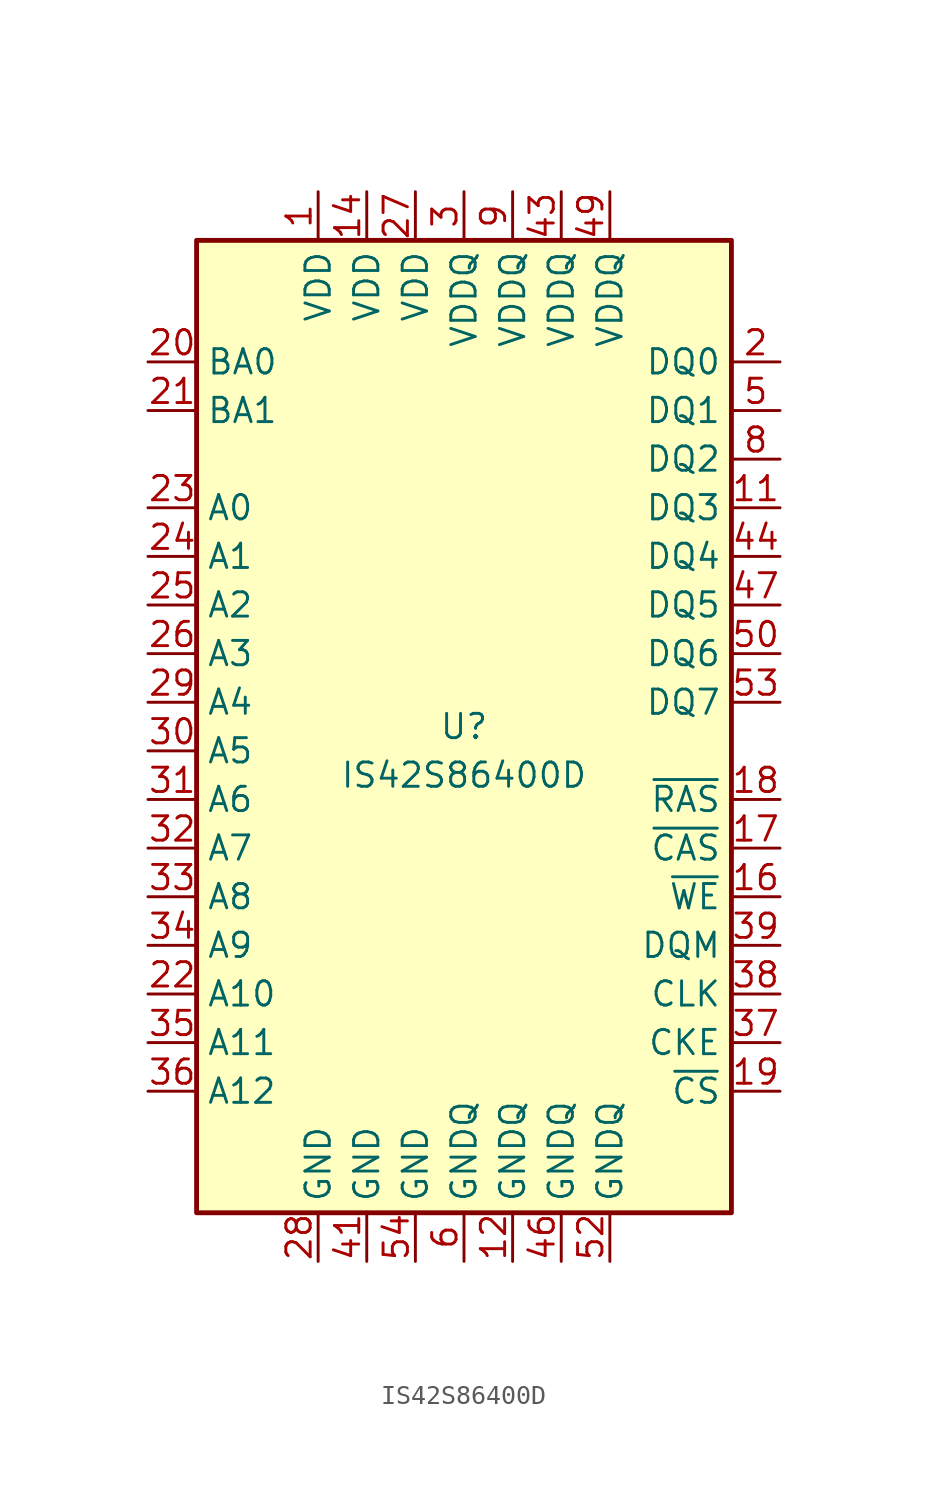
<source format=kicad_sym>
(kicad_symbol_lib
  (version 20211014)
  (generator kicad_symbol_editor)
  (symbol "IS42S86400D"
    (property "Reference" "U"
      (at 0 1.27 0)
      (effects (font (size 1.27 1.27))))
    (property "Value" "IS42S86400D"
      (at 0 -1.27 0)
      (effects (font (size 1.27 1.27))))
    (symbol "IS42S86400D_1_1"
      (rectangle (start -13.97 26.67) (end 13.97 -24.13) (stroke (width 0.254) (type default) (color 0 0 0 0)) (fill (type background)))
      (pin power_in line (at -7.62 29.21 270) (length 2.54) (name "VDD" (effects (font (size 1.27 1.27)))) (number "1" (effects (font (size 1.27 1.27)))))
      (pin bidirectional line (at 16.51 12.7 180) (length 2.54) (name "DQ3" (effects (font (size 1.27 1.27)))) (number "11" (effects (font (size 1.27 1.27)))))
      (pin power_in line (at 2.54 -26.67 90) (length 2.54) (name "GNDQ" (effects (font (size 1.27 1.27)))) (number "12" (effects (font (size 1.27 1.27)))))
      (pin power_in line (at -5.08 29.21 270) (length 2.54) (name "VDD" (effects (font (size 1.27 1.27)))) (number "14" (effects (font (size 1.27 1.27)))))
      (pin input line (at 16.51 -7.62 180) (length 2.54) (name "~{WE}" (effects (font (size 1.27 1.27)))) (number "16" (effects (font (size 1.27 1.27)))))
      (pin input line (at 16.51 -5.08 180) (length 2.54) (name "~{CAS}" (effects (font (size 1.27 1.27)))) (number "17" (effects (font (size 1.27 1.27)))))
      (pin input line (at 16.51 -2.54 180) (length 2.54) (name "~{RAS}" (effects (font (size 1.27 1.27)))) (number "18" (effects (font (size 1.27 1.27)))))
      (pin input line (at 16.51 -17.78 180) (length 2.54) (name "~{CS}" (effects (font (size 1.27 1.27)))) (number "19" (effects (font (size 1.27 1.27)))))
      (pin bidirectional line (at 16.51 20.32 180) (length 2.54) (name "DQ0" (effects (font (size 1.27 1.27)))) (number "2" (effects (font (size 1.27 1.27)))))
      (pin input line (at -16.51 20.32 0) (length 2.54) (name "BA0" (effects (font (size 1.27 1.27)))) (number "20" (effects (font (size 1.27 1.27)))))
      (pin input line (at -16.51 17.78 0) (length 2.54) (name "BA1" (effects (font (size 1.27 1.27)))) (number "21" (effects (font (size 1.27 1.27)))))
      (pin input line (at -16.51 -12.7 0) (length 2.54) (name "A10" (effects (font (size 1.27 1.27)))) (number "22" (effects (font (size 1.27 1.27)))))
      (pin input line (at -16.51 12.7 0) (length 2.54) (name "A0" (effects (font (size 1.27 1.27)))) (number "23" (effects (font (size 1.27 1.27)))))
      (pin input line (at -16.51 10.16 0) (length 2.54) (name "A1" (effects (font (size 1.27 1.27)))) (number "24" (effects (font (size 1.27 1.27)))))
      (pin input line (at -16.51 7.62 0) (length 2.54) (name "A2" (effects (font (size 1.27 1.27)))) (number "25" (effects (font (size 1.27 1.27)))))
      (pin input line (at -16.51 5.08 0) (length 2.54) (name "A3" (effects (font (size 1.27 1.27)))) (number "26" (effects (font (size 1.27 1.27)))))
      (pin power_in line (at -2.54 29.21 270) (length 2.54) (name "VDD" (effects (font (size 1.27 1.27)))) (number "27" (effects (font (size 1.27 1.27)))))
      (pin power_in line (at -7.62 -26.67 90) (length 2.54) (name "GND" (effects (font (size 1.27 1.27)))) (number "28" (effects (font (size 1.27 1.27)))))
      (pin input line (at -16.51 2.54 0) (length 2.54) (name "A4" (effects (font (size 1.27 1.27)))) (number "29" (effects (font (size 1.27 1.27)))))
      (pin power_in line (at 0 29.21 270) (length 2.54) (name "VDDQ" (effects (font (size 1.27 1.27)))) (number "3" (effects (font (size 1.27 1.27)))))
      (pin input line (at -16.51 0 0) (length 2.54) (name "A5" (effects (font (size 1.27 1.27)))) (number "30" (effects (font (size 1.27 1.27)))))
      (pin input line (at -16.51 -2.54 0) (length 2.54) (name "A6" (effects (font (size 1.27 1.27)))) (number "31" (effects (font (size 1.27 1.27)))))
      (pin input line (at -16.51 -5.08 0) (length 2.54) (name "A7" (effects (font (size 1.27 1.27)))) (number "32" (effects (font (size 1.27 1.27)))))
      (pin input line (at -16.51 -7.62 0) (length 2.54) (name "A8" (effects (font (size 1.27 1.27)))) (number "33" (effects (font (size 1.27 1.27)))))
      (pin input line (at -16.51 -10.16 0) (length 2.54) (name "A9" (effects (font (size 1.27 1.27)))) (number "34" (effects (font (size 1.27 1.27)))))
      (pin input line (at -16.51 -15.24 0) (length 2.54) (name "A11" (effects (font (size 1.27 1.27)))) (number "35" (effects (font (size 1.27 1.27)))))
      (pin input line (at -16.51 -17.78 0) (length 2.54) (name "A12" (effects (font (size 1.27 1.27)))) (number "36" (effects (font (size 1.27 1.27)))))
      (pin input line (at 16.51 -15.24 180) (length 2.54) (name "CKE" (effects (font (size 1.27 1.27)))) (number "37" (effects (font (size 1.27 1.27)))))
      (pin input line (at 16.51 -12.7 180) (length 2.54) (name "CLK" (effects (font (size 1.27 1.27)))) (number "38" (effects (font (size 1.27 1.27)))))
      (pin input line (at 16.51 -10.16 180) (length 2.54) (name "DQM" (effects (font (size 1.27 1.27)))) (number "39" (effects (font (size 1.27 1.27)))))
      (pin power_in line (at -5.08 -26.67 90) (length 2.54) (name "GND" (effects (font (size 1.27 1.27)))) (number "41" (effects (font (size 1.27 1.27)))))
      (pin power_in line (at 5.08 29.21 270) (length 2.54) (name "VDDQ" (effects (font (size 1.27 1.27)))) (number "43" (effects (font (size 1.27 1.27)))))
      (pin bidirectional line (at 16.51 10.16 180) (length 2.54) (name "DQ4" (effects (font (size 1.27 1.27)))) (number "44" (effects (font (size 1.27 1.27)))))
      (pin power_in line (at 5.08 -26.67 90) (length 2.54) (name "GNDQ" (effects (font (size 1.27 1.27)))) (number "46" (effects (font (size 1.27 1.27)))))
      (pin bidirectional line (at 16.51 7.62 180) (length 2.54) (name "DQ5" (effects (font (size 1.27 1.27)))) (number "47" (effects (font (size 1.27 1.27)))))
      (pin power_in line (at 7.62 29.21 270) (length 2.54) (name "VDDQ" (effects (font (size 1.27 1.27)))) (number "49" (effects (font (size 1.27 1.27)))))
      (pin bidirectional line (at 16.51 17.78 180) (length 2.54) (name "DQ1" (effects (font (size 1.27 1.27)))) (number "5" (effects (font (size 1.27 1.27)))))
      (pin bidirectional line (at 16.51 5.08 180) (length 2.54) (name "DQ6" (effects (font (size 1.27 1.27)))) (number "50" (effects (font (size 1.27 1.27)))))
      (pin power_in line (at 7.62 -26.67 90) (length 2.54) (name "GNDQ" (effects (font (size 1.27 1.27)))) (number "52" (effects (font (size 1.27 1.27)))))
      (pin bidirectional line (at 16.51 2.54 180) (length 2.54) (name "DQ7" (effects (font (size 1.27 1.27)))) (number "53" (effects (font (size 1.27 1.27)))))
      (pin power_in line (at -2.54 -26.67 90) (length 2.54) (name "GND" (effects (font (size 1.27 1.27)))) (number "54" (effects (font (size 1.27 1.27)))))
      (pin power_in line (at 0 -26.67 90) (length 2.54) (name "GNDQ" (effects (font (size 1.27 1.27)))) (number "6" (effects (font (size 1.27 1.27)))))
      (pin bidirectional line (at 16.51 15.24 180) (length 2.54) (name "DQ2" (effects (font (size 1.27 1.27)))) (number "8" (effects (font (size 1.27 1.27)))))
      (pin power_in line (at 2.54 29.21 270) (length 2.54) (name "VDDQ" (effects (font (size 1.27 1.27)))) (number "9" (effects (font (size 1.27 1.27))))))))
</source>
